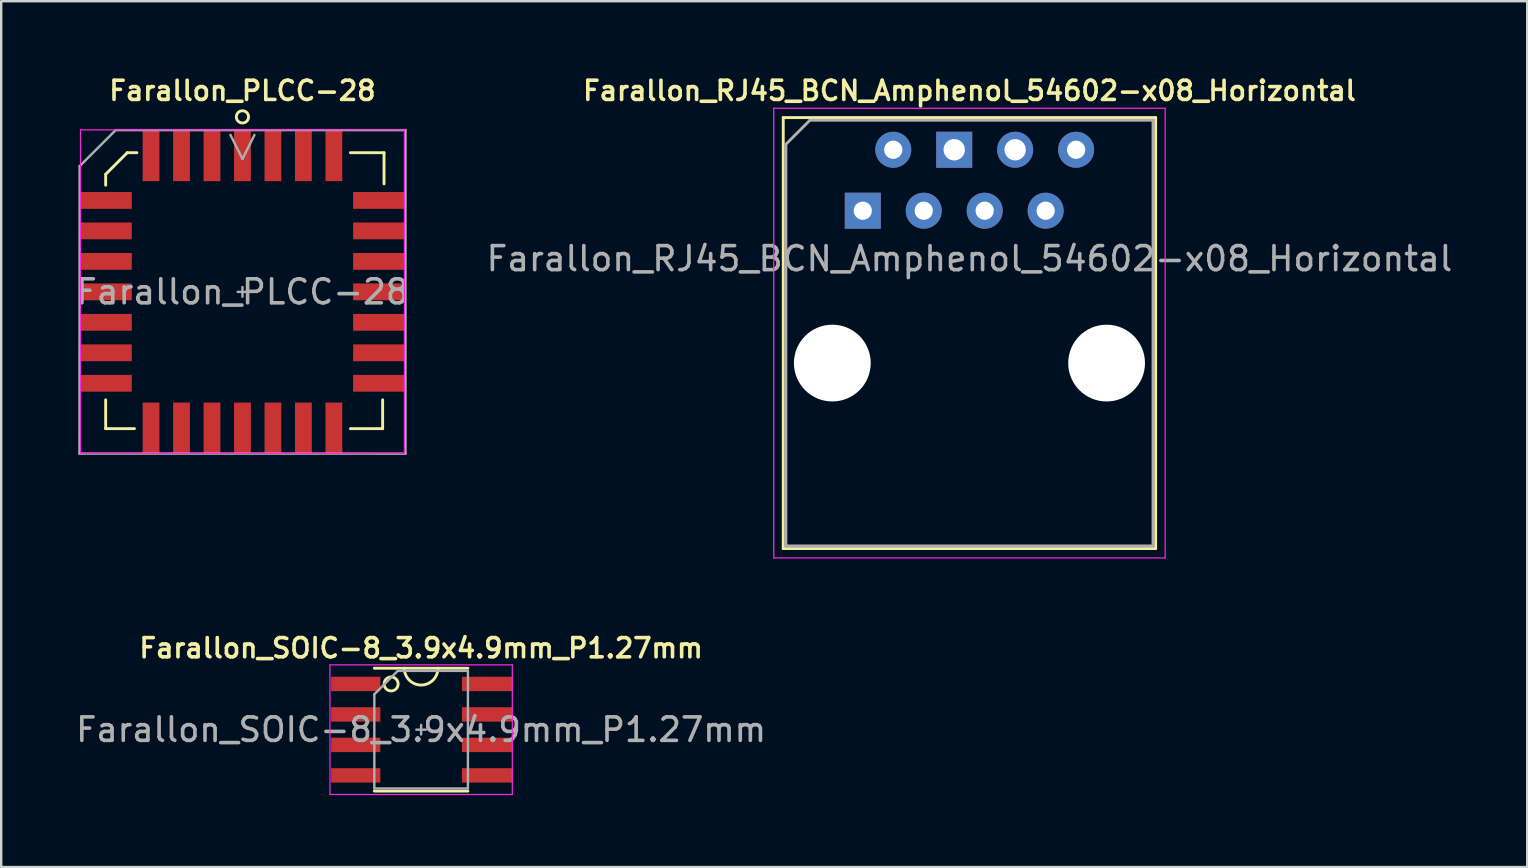
<source format=kicad_pcb>
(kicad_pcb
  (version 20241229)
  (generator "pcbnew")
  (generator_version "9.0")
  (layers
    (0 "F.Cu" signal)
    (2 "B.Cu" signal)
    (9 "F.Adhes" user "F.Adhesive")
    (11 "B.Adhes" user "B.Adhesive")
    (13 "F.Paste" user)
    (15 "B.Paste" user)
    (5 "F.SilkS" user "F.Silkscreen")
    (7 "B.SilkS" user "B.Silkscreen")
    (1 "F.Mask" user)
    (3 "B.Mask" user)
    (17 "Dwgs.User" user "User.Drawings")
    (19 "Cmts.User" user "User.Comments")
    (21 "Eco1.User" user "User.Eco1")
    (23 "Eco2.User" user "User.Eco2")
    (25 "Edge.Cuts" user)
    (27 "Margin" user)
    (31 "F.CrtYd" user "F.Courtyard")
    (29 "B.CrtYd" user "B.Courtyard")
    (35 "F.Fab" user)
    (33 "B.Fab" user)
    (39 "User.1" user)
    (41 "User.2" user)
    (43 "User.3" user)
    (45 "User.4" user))
  (footprint "Farallon_PLCC-28"
    (layer "F.Cu")
    (at 7.054 9.113)
    (property "Reference" "Farallon_PLCC-28" (at 0 -8.382 0) (layer "F.SilkS") (effects (font (size 0.8 0.8) (thickness 0.15))))
    (attr smd)
    (fp_line (start -5.7 -4.9) (end -4.8 -5.8) (stroke (width 0.12) (type default)) (layer "F.SilkS"))
    (fp_line (start -5.7 -4.445) (end -5.7 -4.9) (stroke (width 0.12) (type default)) (layer "F.SilkS"))
    (fp_line (start -5.7 4.5) (end -5.7 5.7) (stroke (width 0.12) (type default)) (layer "F.SilkS"))
    (fp_line (start -5.7 5.7) (end -4.5 5.7) (stroke (width 0.12) (type default)) (layer "F.SilkS"))
    (fp_line (start -4.8 -5.8) (end -4.4 -5.8) (stroke (width 0.12) (type default)) (layer "F.SilkS"))
    (fp_line (start 4.5 -5.8) (end 5.9 -5.8) (stroke (width 0.12) (type default)) (layer "F.SilkS"))
    (fp_line (start 5.842 4.5) (end 5.842 5.7) (stroke (width 0.12) (type default)) (layer "F.SilkS"))
    (fp_line (start 5.842 5.7) (end 4.5 5.7) (stroke (width 0.12) (type default)) (layer "F.SilkS"))
    (fp_line (start 5.9 -5.8) (end 5.9 -4.5) (stroke (width 0.12) (type default)) (layer "F.SilkS"))
    (fp_circle (center 0 -7.292) (end 0.18 -7.112) (stroke (width 0.12) (type default)) (fill no) (layer "F.SilkS"))
    (fp_line (start -6.75 -6.75) (end -6.75 6.731) (stroke (width 0.05) (type solid)) (layer "F.CrtYd"))
    (fp_line (start -6.75 6.731) (end 6.75 6.731) (stroke (width 0.05) (type solid)) (layer "F.CrtYd"))
    (fp_line (start 6.75 -6.75) (end -6.75 -6.75) (stroke (width 0.05) (type solid)) (layer "F.CrtYd"))
    (fp_line (start 6.75 6.731) (end 6.75 -6.75) (stroke (width 0.05) (type solid)) (layer "F.CrtYd"))
    (fp_line (start -6.793 6.739) (end 6.793 6.742) (stroke (width 0.1) (type solid)) (layer "F.Fab"))
    (fp_line (start -6.785 -5.239) (end -6.793 6.739) (stroke (width 0.1) (type solid)) (layer "F.Fab"))
    (fp_line (start -5.285 -6.739) (end -6.785 -5.239) (stroke (width 0.1) (type solid)) (layer "F.Fab"))
    (fp_line (start -0.5 -6.539) (end 0 -5.539) (stroke (width 0.1) (type solid)) (layer "F.Fab"))
    (fp_line (start -0.2 0) (end 0.2 0) (stroke (width 0.1) (type default)) (layer "F.Fab"))
    (fp_line (start 0 -5.539) (end 0.5 -6.539) (stroke (width 0.1) (type solid)) (layer "F.Fab"))
    (fp_line (start 0 -0.2) (end 0 0.2) (stroke (width 0.1) (type default)) (layer "F.Fab"))
    (fp_line (start 6.793 -6.739) (end -5.285 -6.739) (stroke (width 0.1) (type solid)) (layer "F.Fab"))
    (fp_line (start 6.793 6.742) (end 6.793 -6.739) (stroke (width 0.1) (type solid)) (layer "F.Fab"))
    (fp_text user "${REFERENCE}" (at 0 0 0) (layer "F.Fab") (effects (font (size 1 1) (thickness 0.15))))
    (pad "1" smd rect (at 0 -5.676) (size 0.7 2.125) (layers "F.Cu" "F.Mask" "F.Paste"))
    (pad "2" smd rect (at -1.27 -5.676) (size 0.7 2.125) (layers "F.Cu" "F.Mask" "F.Paste"))
    (pad "3" smd rect (at -2.54 -5.676) (size 0.7 2.125) (layers "F.Cu" "F.Mask" "F.Paste"))
    (pad "4" smd rect (at -3.81 -5.676) (size 0.7 2.125) (layers "F.Cu" "F.Mask" "F.Paste"))
    (pad "5" smd rect (at -5.676 -3.81) (size 2.125 0.7) (layers "F.Cu" "F.Mask" "F.Paste"))
    (pad "6" smd rect (at -5.676 -2.54) (size 2.125 0.7) (layers "F.Cu" "F.Mask" "F.Paste"))
    (pad "7" smd rect (at -5.676 -1.27) (size 2.125 0.7) (layers "F.Cu" "F.Mask" "F.Paste"))
    (pad "8" smd rect (at -5.676 0) (size 2.125 0.7) (layers "F.Cu" "F.Mask" "F.Paste"))
    (pad "9" smd rect (at -5.676 1.27) (size 2.125 0.7) (layers "F.Cu" "F.Mask" "F.Paste"))
    (pad "10" smd rect (at -5.676 2.54) (size 2.125 0.7) (layers "F.Cu" "F.Mask" "F.Paste"))
    (pad "11" smd rect (at -5.676 3.81) (size 2.125 0.7) (layers "F.Cu" "F.Mask" "F.Paste"))
    (pad "12" smd rect (at -3.81 5.676) (size 0.7 2.125) (layers "F.Cu" "F.Mask" "F.Paste"))
    (pad "13" smd rect (at -2.54 5.676) (size 0.7 2.125) (layers "F.Cu" "F.Mask" "F.Paste"))
    (pad "14" smd rect (at -1.27 5.676) (size 0.7 2.125) (layers "F.Cu" "F.Mask" "F.Paste"))
    (pad "15" smd rect (at 0 5.676) (size 0.7 2.125) (layers "F.Cu" "F.Mask" "F.Paste"))
    (pad "16" smd rect (at 1.27 5.676) (size 0.7 2.125) (layers "F.Cu" "F.Mask" "F.Paste"))
    (pad "17" smd rect (at 2.54 5.676) (size 0.7 2.125) (layers "F.Cu" "F.Mask" "F.Paste"))
    (pad "18" smd rect (at 3.81 5.676) (size 0.7 2.125) (layers "F.Cu" "F.Mask" "F.Paste"))
    (pad "19" smd rect (at 5.676 3.81) (size 2.125 0.7) (layers "F.Cu" "F.Mask" "F.Paste"))
    (pad "20" smd rect (at 5.676 2.54) (size 2.125 0.7) (layers "F.Cu" "F.Mask" "F.Paste"))
    (pad "21" smd rect (at 5.676 1.27) (size 2.125 0.7) (layers "F.Cu" "F.Mask" "F.Paste"))
    (pad "22" smd rect (at 5.676 0) (size 2.125 0.7) (layers "F.Cu" "F.Mask" "F.Paste"))
    (pad "23" smd rect (at 5.676 -1.27) (size 2.125 0.7) (layers "F.Cu" "F.Mask" "F.Paste"))
    (pad "24" smd rect (at 5.676 -2.54) (size 2.125 0.7) (layers "F.Cu" "F.Mask" "F.Paste"))
    (pad "25" smd rect (at 5.676 -3.81) (size 2.125 0.7) (layers "F.Cu" "F.Mask" "F.Paste"))
    (pad "26" smd rect (at 3.81 -5.676) (size 0.7 2.125) (layers "F.Cu" "F.Mask" "F.Paste"))
    (pad "27" smd rect (at 2.54 -5.676) (size 0.7 2.125) (layers "F.Cu" "F.Mask" "F.Paste"))
    (pad "28" smd rect (at 1.27 -5.676) (size 0.7 2.125) (layers "F.Cu" "F.Mask" "F.Paste")))
  (footprint "Farallon_RJ45_BCN_Amphenol_54602-x08_Horizontal"
    (layer "F.Cu")
    (at 32.906 5.731)
    (property "Reference" "Farallon_RJ45_BCN_Amphenol_54602-x08_Horizontal" (at 4.445 -5 0) (layer "F.SilkS") (effects (font (size 0.8 0.8) (thickness 0.15))))
    (attr through_hole)
    (fp_line (start -3.315 -3.88) (end -3.315 14.08) (stroke (width 0.12) (type solid)) (layer "F.SilkS"))
    (fp_line (start -3.315 14.08) (end 12.205 14.08) (stroke (width 0.12) (type solid)) (layer "F.SilkS"))
    (fp_line (start 12.205 -3.88) (end -3.315 -3.88) (stroke (width 0.12) (type solid)) (layer "F.SilkS"))
    (fp_line (start 12.205 -3.88) (end 12.205 14.08) (stroke (width 0.12) (type solid)) (layer "F.SilkS"))
    (fp_line (start -3.71 -4.27) (end -3.71 14.47) (stroke (width 0.05) (type solid)) (layer "F.CrtYd"))
    (fp_line (start -3.71 -4.27) (end 12.6 -4.27) (stroke (width 0.05) (type solid)) (layer "F.CrtYd"))
    (fp_line (start 12.6 14.47) (end -3.71 14.47) (stroke (width 0.05) (type solid)) (layer "F.CrtYd"))
    (fp_line (start 12.6 14.47) (end 12.6 -4.27) (stroke (width 0.05) (type solid)) (layer "F.CrtYd"))
    (fp_line (start -3.205 -2.77) (end -2.205 -3.77) (stroke (width 0.12) (type solid)) (layer "F.Fab"))
    (fp_line (start -3.205 13.97) (end -3.205 -2.77) (stroke (width 0.12) (type solid)) (layer "F.Fab"))
    (fp_line (start -2.205 -3.77) (end 12.095 -3.77) (stroke (width 0.12) (type solid)) (layer "F.Fab"))
    (fp_line (start 12.095 -3.77) (end 12.095 13.97) (stroke (width 0.12) (type solid)) (layer "F.Fab"))
    (fp_line (start 12.095 13.97) (end -3.205 13.97) (stroke (width 0.12) (type solid)) (layer "F.Fab"))
    (fp_text user "${REFERENCE}" (at 4.445 2 0) (layer "F.Fab") (effects (font (size 1 1) (thickness 0.15))))
    (pad "" np_thru_hole circle (at -1.27 6.35) (size 3.2 3.2) (drill 3.2) (layers "*.Cu" "*.Mask"))
    (pad "" np_thru_hole circle (at 10.16 6.35) (size 3.2 3.2) (drill 3.2) (layers "*.Cu" "*.Mask"))
    (pad "1" thru_hole rect (at 0 0) (size 1.5 1.5) (drill 0.76) (layers "*.Cu" "*.Mask"))
    (pad "2" thru_hole circle (at 1.27 -2.54) (size 1.5 1.5) (drill 0.76) (layers "*.Cu" "*.Mask"))
    (pad "3" thru_hole circle (at 2.54 0) (size 1.5 1.5) (drill 0.76) (layers "*.Cu" "*.Mask"))
    (pad "4" thru_hole rect (at 3.81 -2.54) (size 1.5 1.5) (drill 0.89) (layers "*.Cu" "*.Mask"))
    (pad "5" thru_hole circle (at 5.08 0) (size 1.5 1.5) (drill 0.76) (layers "*.Cu" "*.Mask"))
    (pad "6" thru_hole circle (at 6.35 -2.54) (size 1.5 1.5) (drill 0.89) (layers "*.Cu" "*.Mask"))
    (pad "7" thru_hole circle (at 7.62 0) (size 1.5 1.5) (drill 0.76) (layers "*.Cu" "*.Mask"))
    (pad "8" thru_hole circle (at 8.89 -2.54) (size 1.5 1.5) (drill 0.76) (layers "*.Cu" "*.Mask")))
  (footprint "Farallon_SOIC-8_3.9x4.9mm_P1.27mm"
    (layer "F.Cu")
    (at 14.5 27.358)
    (property "Reference" "Farallon_SOIC-8_3.9x4.9mm_P1.27mm" (at 0 -3.4 0) (layer "F.SilkS") (effects (font (size 0.8 0.8) (thickness 0.15))))
    (attr smd)
    (fp_line (start -1.95 -2.56) (end 1.95 -2.56) (stroke (width 0.12) (type solid)) (layer "F.SilkS"))
    (fp_line (start 1.95 2.56) (end -1.95 2.56) (stroke (width 0.12) (type solid)) (layer "F.SilkS"))
    (fp_arc (start 0.7 -2.56) (mid 0 -1.86) (end -0.7 -2.56) (stroke (width 0.12) (type default)) (layer "F.SilkS"))
    (fp_circle (center -1.25 -1.905) (end -1.1 -1.655) (stroke (width 0.12) (type default)) (fill no) (layer "F.SilkS"))
    (fp_line (start -3.8 -2.7) (end -3.8 2.7) (stroke (width 0.05) (type solid)) (layer "F.CrtYd"))
    (fp_line (start -3.8 2.7) (end 3.8 2.7) (stroke (width 0.05) (type solid)) (layer "F.CrtYd"))
    (fp_line (start 3.8 -2.7) (end -3.8 -2.7) (stroke (width 0.05) (type solid)) (layer "F.CrtYd"))
    (fp_line (start 3.8 2.7) (end 3.8 -2.7) (stroke (width 0.05) (type solid)) (layer "F.CrtYd"))
    (fp_line (start -1.95 -1.475) (end -0.975 -2.45) (stroke (width 0.1) (type solid)) (layer "F.Fab"))
    (fp_line (start -1.95 2.45) (end -1.95 -1.475) (stroke (width 0.1) (type solid)) (layer "F.Fab"))
    (fp_line (start -0.975 -2.45) (end 1.95 -2.45) (stroke (width 0.1) (type solid)) (layer "F.Fab"))
    (fp_line (start -0.2 0) (end 0.2 0) (stroke (width 0.1) (type default)) (layer "F.Fab"))
    (fp_line (start 0 -0.2) (end 0 0.2) (stroke (width 0.1) (type default)) (layer "F.Fab"))
    (fp_line (start 1.95 -2.45) (end 1.95 2.45) (stroke (width 0.1) (type solid)) (layer "F.Fab"))
    (fp_line (start 1.95 2.45) (end -1.95 2.45) (stroke (width 0.1) (type solid)) (layer "F.Fab"))
    (fp_text user "${REFERENCE}" (at 0 0 0) (layer "F.Fab") (effects (font (size 0.98 0.98) (thickness 0.15))))
    (pad "1" smd rect (at -2.725 -1.905) (size 2.05 0.6) (layers "F.Cu" "F.Mask" "F.Paste"))
    (pad "2" smd rect (at -2.725 -0.635) (size 2.05 0.6) (layers "F.Cu" "F.Mask" "F.Paste"))
    (pad "3" smd rect (at -2.725 0.635) (size 2.05 0.6) (layers "F.Cu" "F.Mask" "F.Paste"))
    (pad "4" smd rect (at -2.725 1.905) (size 2.05 0.6) (layers "F.Cu" "F.Mask" "F.Paste"))
    (pad "5" smd rect (at 2.75 1.905) (size 2.1 0.6) (layers "F.Cu" "F.Mask" "F.Paste"))
    (pad "6" smd rect (at 2.75 0.635) (size 2.1 0.6) (layers "F.Cu" "F.Mask" "F.Paste"))
    (pad "7" smd rect (at 2.75 -0.635) (size 2.1 0.6) (layers "F.Cu" "F.Mask" "F.Paste"))
    (pad "8" smd rect (at 2.75 -1.905) (size 2.1 0.6) (layers "F.Cu" "F.Mask" "F.Paste")))
  (gr_rect
    (start -3 -3)
    (end 60.595 33.083)
    (stroke (width 0.1) (type default))
    (fill no)
    (layer "Edge.Cuts")))
</source>
